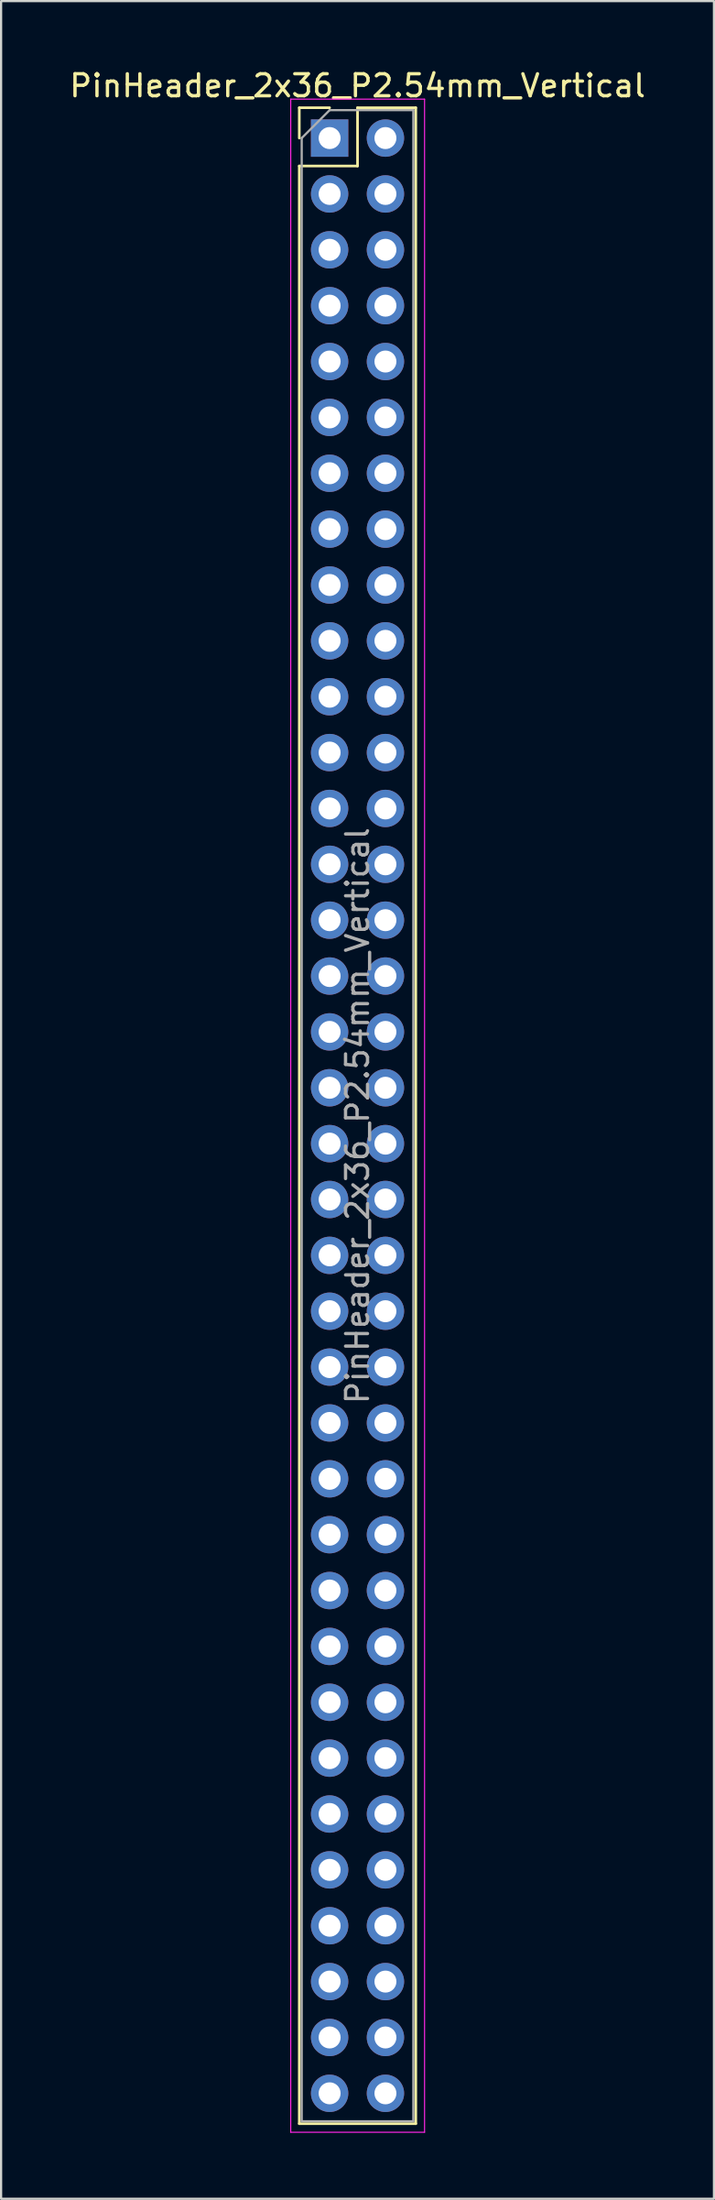
<source format=kicad_pcb>
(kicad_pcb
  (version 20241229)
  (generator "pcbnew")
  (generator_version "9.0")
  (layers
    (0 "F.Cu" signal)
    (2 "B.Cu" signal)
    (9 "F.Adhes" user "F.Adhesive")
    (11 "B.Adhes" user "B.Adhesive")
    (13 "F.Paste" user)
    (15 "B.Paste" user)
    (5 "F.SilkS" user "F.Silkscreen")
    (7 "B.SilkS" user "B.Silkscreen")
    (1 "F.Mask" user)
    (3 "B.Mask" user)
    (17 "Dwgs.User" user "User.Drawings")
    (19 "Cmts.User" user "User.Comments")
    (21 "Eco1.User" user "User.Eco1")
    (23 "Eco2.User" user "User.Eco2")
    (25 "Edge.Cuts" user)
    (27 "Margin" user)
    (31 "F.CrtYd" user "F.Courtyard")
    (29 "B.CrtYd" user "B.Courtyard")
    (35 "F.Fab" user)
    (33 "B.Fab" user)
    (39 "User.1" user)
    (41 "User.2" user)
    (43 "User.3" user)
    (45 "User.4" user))
  (footprint "PinHeader_2x36_P2.54mm_Vertical"
    (layer "F.Cu")
    (at 11.95 3.228)
    (property "Reference" "PinHeader_2x36_P2.54mm_Vertical" (at 1.27 -2.38 0) (layer "F.SilkS") (effects (font (size 1 1) (thickness 0.15))))
    (attr through_hole)
    (fp_line (start -1.38 -1.38) (end 0 -1.38) (stroke (width 0.12) (type solid)) (layer "F.SilkS"))
    (fp_line (start -1.38 0) (end -1.38 -1.38) (stroke (width 0.12) (type solid)) (layer "F.SilkS"))
    (fp_line (start -1.38 1.27) (end -1.38 90.28) (stroke (width 0.12) (type solid)) (layer "F.SilkS"))
    (fp_line (start -1.38 1.27) (end 1.27 1.27) (stroke (width 0.12) (type solid)) (layer "F.SilkS"))
    (fp_line (start -1.38 90.28) (end 3.92 90.28) (stroke (width 0.12) (type solid)) (layer "F.SilkS"))
    (fp_line (start 1.27 -1.38) (end 3.92 -1.38) (stroke (width 0.12) (type solid)) (layer "F.SilkS"))
    (fp_line (start 1.27 1.27) (end 1.27 -1.38) (stroke (width 0.12) (type solid)) (layer "F.SilkS"))
    (fp_line (start 3.92 -1.38) (end 3.92 90.28) (stroke (width 0.12) (type solid)) (layer "F.SilkS"))
    (fp_line (start -1.77 -1.77) (end -1.77 90.67) (stroke (width 0.05) (type solid)) (layer "F.CrtYd"))
    (fp_line (start -1.77 90.67) (end 4.32 90.67) (stroke (width 0.05) (type solid)) (layer "F.CrtYd"))
    (fp_line (start 4.32 -1.77) (end -1.77 -1.77) (stroke (width 0.05) (type solid)) (layer "F.CrtYd"))
    (fp_line (start 4.32 90.67) (end 4.32 -1.77) (stroke (width 0.05) (type solid)) (layer "F.CrtYd"))
    (fp_line (start -1.27 0) (end 0 -1.27) (stroke (width 0.1) (type solid)) (layer "F.Fab"))
    (fp_line (start -1.27 90.17) (end -1.27 0) (stroke (width 0.1) (type solid)) (layer "F.Fab"))
    (fp_line (start 0 -1.27) (end 3.81 -1.27) (stroke (width 0.1) (type solid)) (layer "F.Fab"))
    (fp_line (start 3.81 -1.27) (end 3.81 90.17) (stroke (width 0.1) (type solid)) (layer "F.Fab"))
    (fp_line (start 3.81 90.17) (end -1.27 90.17) (stroke (width 0.1) (type solid)) (layer "F.Fab"))
    (fp_text user "${REFERENCE}" (at 1.27 44.45 90) (layer "F.Fab") (effects (font (size 1 1) (thickness 0.15))))
    (pad "1" thru_hole rect (at 0 0) (size 1.7 1.7) (drill 1) (layers "*.Cu" "*.Mask"))
    (pad "2" thru_hole circle (at 2.54 0) (size 1.7 1.7) (drill 1) (layers "*.Cu" "*.Mask"))
    (pad "3" thru_hole circle (at 0 2.54) (size 1.7 1.7) (drill 1) (layers "*.Cu" "*.Mask"))
    (pad "4" thru_hole circle (at 2.54 2.54) (size 1.7 1.7) (drill 1) (layers "*.Cu" "*.Mask"))
    (pad "5" thru_hole circle (at 0 5.08) (size 1.7 1.7) (drill 1) (layers "*.Cu" "*.Mask"))
    (pad "6" thru_hole circle (at 2.54 5.08) (size 1.7 1.7) (drill 1) (layers "*.Cu" "*.Mask"))
    (pad "7" thru_hole circle (at 0 7.62) (size 1.7 1.7) (drill 1) (layers "*.Cu" "*.Mask"))
    (pad "8" thru_hole circle (at 2.54 7.62) (size 1.7 1.7) (drill 1) (layers "*.Cu" "*.Mask"))
    (pad "9" thru_hole circle (at 0 10.16) (size 1.7 1.7) (drill 1) (layers "*.Cu" "*.Mask"))
    (pad "10" thru_hole circle (at 2.54 10.16) (size 1.7 1.7) (drill 1) (layers "*.Cu" "*.Mask"))
    (pad "11" thru_hole circle (at 0 12.7) (size 1.7 1.7) (drill 1) (layers "*.Cu" "*.Mask"))
    (pad "12" thru_hole circle (at 2.54 12.7) (size 1.7 1.7) (drill 1) (layers "*.Cu" "*.Mask"))
    (pad "13" thru_hole circle (at 0 15.24) (size 1.7 1.7) (drill 1) (layers "*.Cu" "*.Mask"))
    (pad "14" thru_hole circle (at 2.54 15.24) (size 1.7 1.7) (drill 1) (layers "*.Cu" "*.Mask"))
    (pad "15" thru_hole circle (at 0 17.78) (size 1.7 1.7) (drill 1) (layers "*.Cu" "*.Mask"))
    (pad "16" thru_hole circle (at 2.54 17.78) (size 1.7 1.7) (drill 1) (layers "*.Cu" "*.Mask"))
    (pad "17" thru_hole circle (at 0 20.32) (size 1.7 1.7) (drill 1) (layers "*.Cu" "*.Mask"))
    (pad "18" thru_hole circle (at 2.54 20.32) (size 1.7 1.7) (drill 1) (layers "*.Cu" "*.Mask"))
    (pad "19" thru_hole circle (at 0 22.86) (size 1.7 1.7) (drill 1) (layers "*.Cu" "*.Mask"))
    (pad "20" thru_hole circle (at 2.54 22.86) (size 1.7 1.7) (drill 1) (layers "*.Cu" "*.Mask"))
    (pad "21" thru_hole circle (at 0 25.4) (size 1.7 1.7) (drill 1) (layers "*.Cu" "*.Mask"))
    (pad "22" thru_hole circle (at 2.54 25.4) (size 1.7 1.7) (drill 1) (layers "*.Cu" "*.Mask"))
    (pad "23" thru_hole circle (at 0 27.94) (size 1.7 1.7) (drill 1) (layers "*.Cu" "*.Mask"))
    (pad "24" thru_hole circle (at 2.54 27.94) (size 1.7 1.7) (drill 1) (layers "*.Cu" "*.Mask"))
    (pad "25" thru_hole circle (at 0 30.48) (size 1.7 1.7) (drill 1) (layers "*.Cu" "*.Mask"))
    (pad "26" thru_hole circle (at 2.54 30.48) (size 1.7 1.7) (drill 1) (layers "*.Cu" "*.Mask"))
    (pad "27" thru_hole circle (at 0 33.02) (size 1.7 1.7) (drill 1) (layers "*.Cu" "*.Mask"))
    (pad "28" thru_hole circle (at 2.54 33.02) (size 1.7 1.7) (drill 1) (layers "*.Cu" "*.Mask"))
    (pad "29" thru_hole circle (at 0 35.56) (size 1.7 1.7) (drill 1) (layers "*.Cu" "*.Mask"))
    (pad "30" thru_hole circle (at 2.54 35.56) (size 1.7 1.7) (drill 1) (layers "*.Cu" "*.Mask"))
    (pad "31" thru_hole circle (at 0 38.1) (size 1.7 1.7) (drill 1) (layers "*.Cu" "*.Mask"))
    (pad "32" thru_hole circle (at 2.54 38.1) (size 1.7 1.7) (drill 1) (layers "*.Cu" "*.Mask"))
    (pad "33" thru_hole circle (at 0 40.64) (size 1.7 1.7) (drill 1) (layers "*.Cu" "*.Mask"))
    (pad "34" thru_hole circle (at 2.54 40.64) (size 1.7 1.7) (drill 1) (layers "*.Cu" "*.Mask"))
    (pad "35" thru_hole circle (at 0 43.18) (size 1.7 1.7) (drill 1) (layers "*.Cu" "*.Mask"))
    (pad "36" thru_hole circle (at 2.54 43.18) (size 1.7 1.7) (drill 1) (layers "*.Cu" "*.Mask"))
    (pad "37" thru_hole circle (at 0 45.72) (size 1.7 1.7) (drill 1) (layers "*.Cu" "*.Mask"))
    (pad "38" thru_hole circle (at 2.54 45.72) (size 1.7 1.7) (drill 1) (layers "*.Cu" "*.Mask"))
    (pad "39" thru_hole circle (at 0 48.26) (size 1.7 1.7) (drill 1) (layers "*.Cu" "*.Mask"))
    (pad "40" thru_hole circle (at 2.54 48.26) (size 1.7 1.7) (drill 1) (layers "*.Cu" "*.Mask"))
    (pad "41" thru_hole circle (at 0 50.8) (size 1.7 1.7) (drill 1) (layers "*.Cu" "*.Mask"))
    (pad "42" thru_hole circle (at 2.54 50.8) (size 1.7 1.7) (drill 1) (layers "*.Cu" "*.Mask"))
    (pad "43" thru_hole circle (at 0 53.34) (size 1.7 1.7) (drill 1) (layers "*.Cu" "*.Mask"))
    (pad "44" thru_hole circle (at 2.54 53.34) (size 1.7 1.7) (drill 1) (layers "*.Cu" "*.Mask"))
    (pad "45" thru_hole circle (at 0 55.88) (size 1.7 1.7) (drill 1) (layers "*.Cu" "*.Mask"))
    (pad "46" thru_hole circle (at 2.54 55.88) (size 1.7 1.7) (drill 1) (layers "*.Cu" "*.Mask"))
    (pad "47" thru_hole circle (at 0 58.42) (size 1.7 1.7) (drill 1) (layers "*.Cu" "*.Mask"))
    (pad "48" thru_hole circle (at 2.54 58.42) (size 1.7 1.7) (drill 1) (layers "*.Cu" "*.Mask"))
    (pad "49" thru_hole circle (at 0 60.96) (size 1.7 1.7) (drill 1) (layers "*.Cu" "*.Mask"))
    (pad "50" thru_hole circle (at 2.54 60.96) (size 1.7 1.7) (drill 1) (layers "*.Cu" "*.Mask"))
    (pad "51" thru_hole circle (at 0 63.5) (size 1.7 1.7) (drill 1) (layers "*.Cu" "*.Mask"))
    (pad "52" thru_hole circle (at 2.54 63.5) (size 1.7 1.7) (drill 1) (layers "*.Cu" "*.Mask"))
    (pad "53" thru_hole circle (at 0 66.04) (size 1.7 1.7) (drill 1) (layers "*.Cu" "*.Mask"))
    (pad "54" thru_hole circle (at 2.54 66.04) (size 1.7 1.7) (drill 1) (layers "*.Cu" "*.Mask"))
    (pad "55" thru_hole circle (at 0 68.58) (size 1.7 1.7) (drill 1) (layers "*.Cu" "*.Mask"))
    (pad "56" thru_hole circle (at 2.54 68.58) (size 1.7 1.7) (drill 1) (layers "*.Cu" "*.Mask"))
    (pad "57" thru_hole circle (at 0 71.12) (size 1.7 1.7) (drill 1) (layers "*.Cu" "*.Mask"))
    (pad "58" thru_hole circle (at 2.54 71.12) (size 1.7 1.7) (drill 1) (layers "*.Cu" "*.Mask"))
    (pad "59" thru_hole circle (at 0 73.66) (size 1.7 1.7) (drill 1) (layers "*.Cu" "*.Mask"))
    (pad "60" thru_hole circle (at 2.54 73.66) (size 1.7 1.7) (drill 1) (layers "*.Cu" "*.Mask"))
    (pad "61" thru_hole circle (at 0 76.2) (size 1.7 1.7) (drill 1) (layers "*.Cu" "*.Mask"))
    (pad "62" thru_hole circle (at 2.54 76.2) (size 1.7 1.7) (drill 1) (layers "*.Cu" "*.Mask"))
    (pad "63" thru_hole circle (at 0 78.74) (size 1.7 1.7) (drill 1) (layers "*.Cu" "*.Mask"))
    (pad "64" thru_hole circle (at 2.54 78.74) (size 1.7 1.7) (drill 1) (layers "*.Cu" "*.Mask"))
    (pad "65" thru_hole circle (at 0 81.28) (size 1.7 1.7) (drill 1) (layers "*.Cu" "*.Mask"))
    (pad "66" thru_hole circle (at 2.54 81.28) (size 1.7 1.7) (drill 1) (layers "*.Cu" "*.Mask"))
    (pad "67" thru_hole circle (at 0 83.82) (size 1.7 1.7) (drill 1) (layers "*.Cu" "*.Mask"))
    (pad "68" thru_hole circle (at 2.54 83.82) (size 1.7 1.7) (drill 1) (layers "*.Cu" "*.Mask"))
    (pad "69" thru_hole circle (at 0 86.36) (size 1.7 1.7) (drill 1) (layers "*.Cu" "*.Mask"))
    (pad "70" thru_hole circle (at 2.54 86.36) (size 1.7 1.7) (drill 1) (layers "*.Cu" "*.Mask"))
    (pad "71" thru_hole circle (at 0 88.9) (size 1.7 1.7) (drill 1) (layers "*.Cu" "*.Mask"))
    (pad "72" thru_hole circle (at 2.54 88.9) (size 1.7 1.7) (drill 1) (layers "*.Cu" "*.Mask")))
  (gr_rect
    (start -3 -3)
    (end 29.44 96.923)
    (stroke (width 0.1) (type default))
    (fill no)
    (layer "Edge.Cuts")))
</source>
